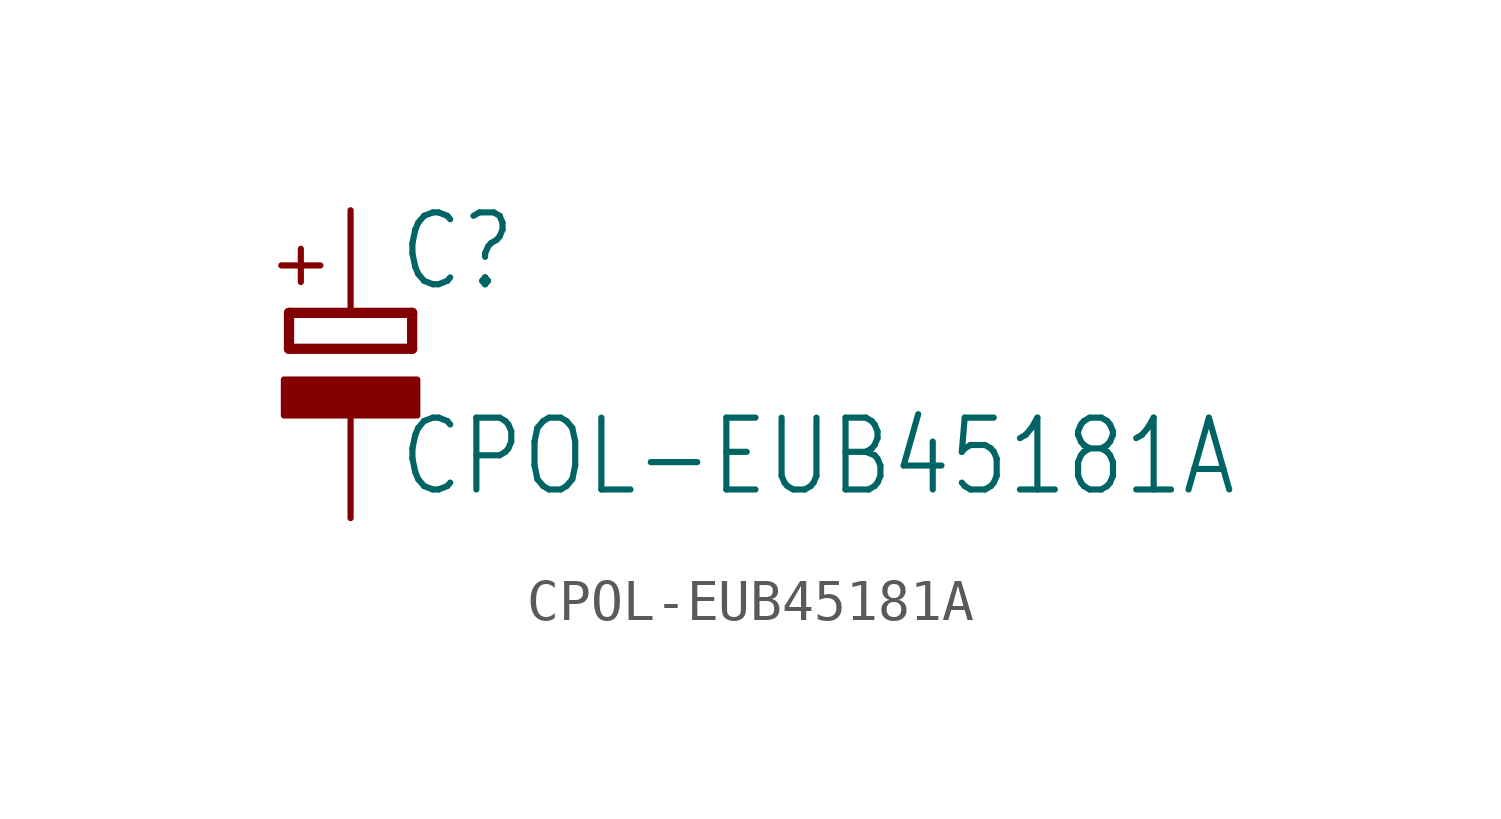
<source format=kicad_sym>
(kicad_symbol_lib
  (version 20220914)
  (generator kicad_symbol_editor)
  (symbol "CPOL-EUB45181A"
    (property "Reference" "C"
      (at 1.143 0.483 0)
      (effects (font (size 1.778 1.511)) (justify left bottom)))
    (property "Value" "CPOL-EUB45181A"
      (at 1.143 -4.597 0)
      (effects (font (size 1.778 1.511)) (justify left bottom)))
    (property "ki_locked" ""
      (at 0 0 0)
      (effects (font (size 1.27 1.27))))
    (symbol "CPOL-EUB45181A_1_0"
      (rectangle (start -1.651 -2.54) (end 1.651 -1.651) (stroke (width 0) (type default)) (fill (type outline)))
      (polyline (pts (xy -1.524 -0.889) (xy 1.524 -0.889)) (stroke (width 0.254) (type default)) (fill (type none)))
      (polyline (pts (xy -1.524 0) (xy -1.524 -0.889)) (stroke (width 0.254) (type default)) (fill (type none)))
      (polyline (pts (xy -1.524 0) (xy 1.524 0)) (stroke (width 0.254) (type default)) (fill (type none)))
      (polyline (pts (xy 1.524 -0.889) (xy 1.524 0)) (stroke (width 0.254) (type default)) (fill (type none)))
      (text "+" (at -0.584 0.406 900) (effects (font (size 1.27 1.079)) (justify left bottom)))
      (pin passive line (at 0 2.54 270) (length 2.54) (name "+" (effects (font (size 0 0)))) (number "+" (effects (font (size 0 0)))))
      (pin passive line (at 0 -5.08 90) (length 2.54) (name "-" (effects (font (size 0 0)))) (number "-" (effects (font (size 0 0))))))))
</source>
